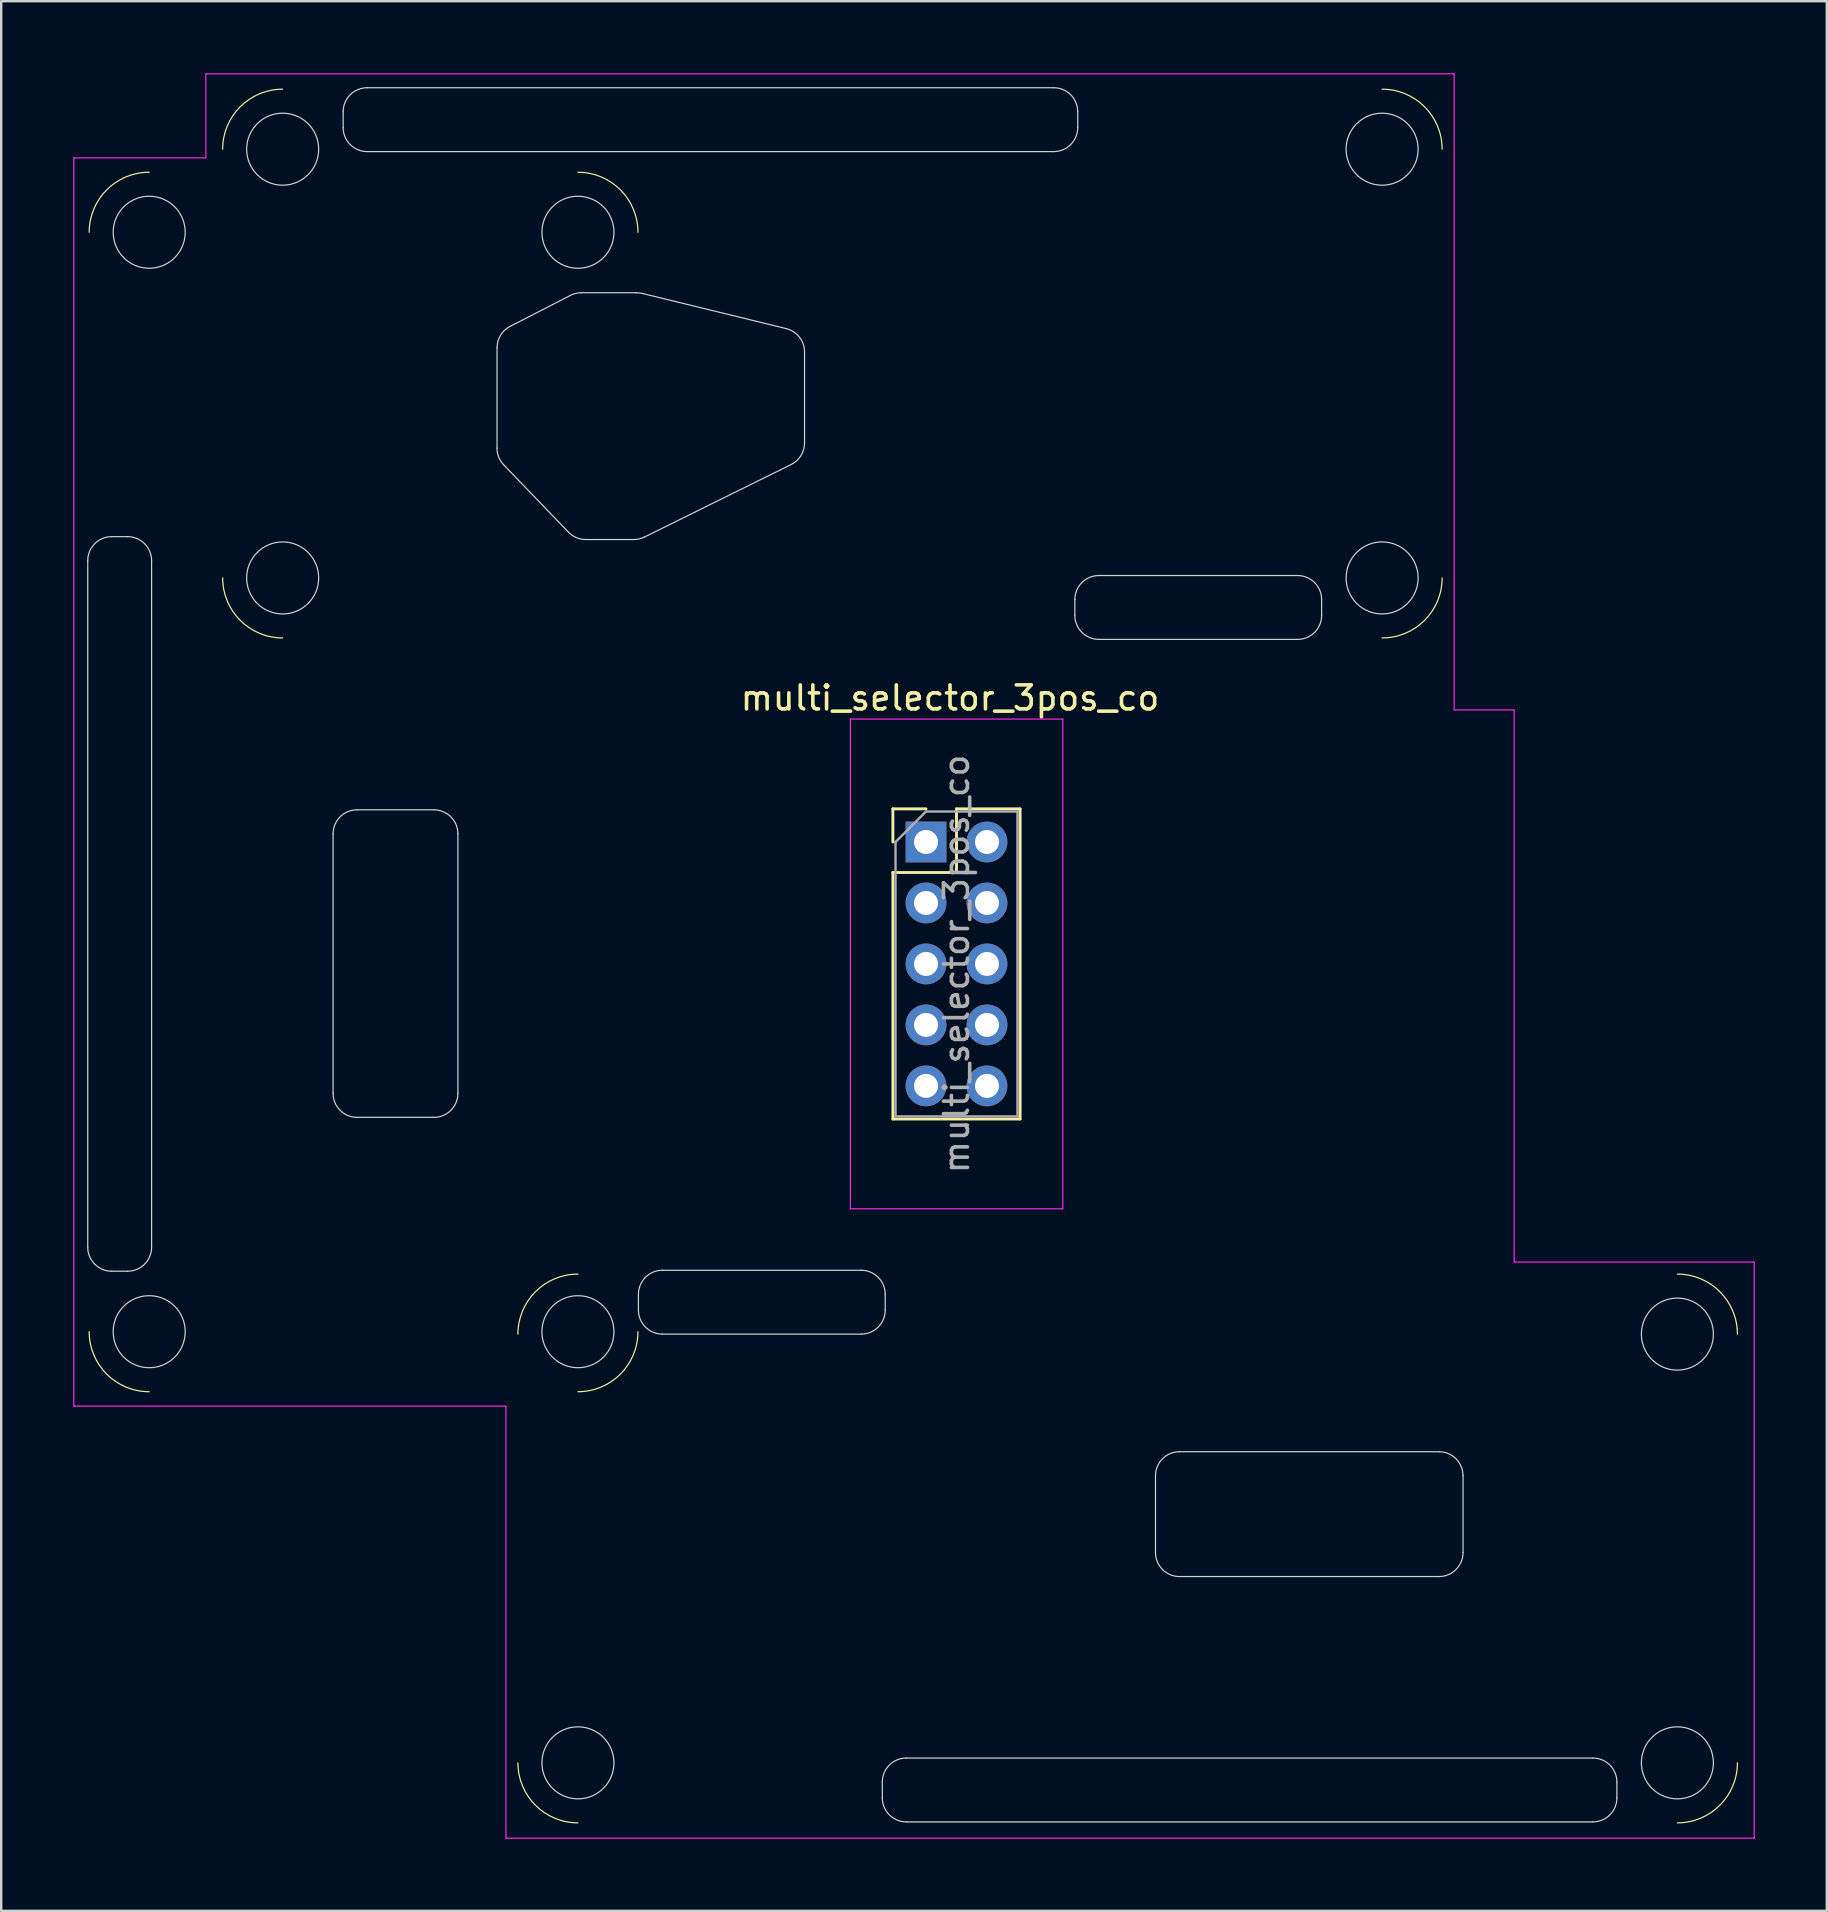
<source format=kicad_pcb>
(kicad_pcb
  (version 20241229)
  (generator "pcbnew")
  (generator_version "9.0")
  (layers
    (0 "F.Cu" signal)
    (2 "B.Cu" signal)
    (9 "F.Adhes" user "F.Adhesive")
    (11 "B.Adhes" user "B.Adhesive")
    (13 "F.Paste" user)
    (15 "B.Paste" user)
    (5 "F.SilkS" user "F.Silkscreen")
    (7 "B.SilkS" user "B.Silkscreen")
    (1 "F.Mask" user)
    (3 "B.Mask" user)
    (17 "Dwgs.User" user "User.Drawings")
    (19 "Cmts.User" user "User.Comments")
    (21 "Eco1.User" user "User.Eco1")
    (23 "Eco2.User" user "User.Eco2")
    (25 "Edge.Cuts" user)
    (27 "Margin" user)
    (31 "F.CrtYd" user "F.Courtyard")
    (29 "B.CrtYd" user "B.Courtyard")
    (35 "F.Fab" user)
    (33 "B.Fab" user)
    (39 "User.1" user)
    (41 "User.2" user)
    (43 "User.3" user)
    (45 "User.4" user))
  (footprint "multi_selector_3pos_co"
    (layer "F.Cu")
    (at 35.525 32.025)
    (property "Reference" "multi_selector_3pos_co" (at 1 -6 0) (layer "F.SilkS") (effects (font (size 1 1) (thickness 0.15))))
    (attr through_hole)
    (fp_line (start -1.38 -1.38) (end 0 -1.38) (stroke (width 0.12) (type solid)) (layer "F.SilkS"))
    (fp_line (start -1.38 0) (end -1.38 -1.38) (stroke (width 0.12) (type solid)) (layer "F.SilkS"))
    (fp_line (start -1.38 1.27) (end -1.38 11.54) (stroke (width 0.12) (type solid)) (layer "F.SilkS"))
    (fp_line (start -1.38 1.27) (end 1.27 1.27) (stroke (width 0.12) (type solid)) (layer "F.SilkS"))
    (fp_line (start -1.38 11.54) (end 3.92 11.54) (stroke (width 0.12) (type solid)) (layer "F.SilkS"))
    (fp_line (start 1.27 -1.38) (end 3.92 -1.38) (stroke (width 0.12) (type solid)) (layer "F.SilkS"))
    (fp_line (start 1.27 1.27) (end 1.27 -1.38) (stroke (width 0.12) (type solid)) (layer "F.SilkS"))
    (fp_line (start 3.92 -1.38) (end 3.92 11.54) (stroke (width 0.12) (type solid)) (layer "F.SilkS"))
    (fp_arc (start -34.86 -25.4) (mid -34.127767 -27.167767) (end -32.36 -27.9) (stroke (width 0.05) (type solid)) (layer "F.SilkS"))
    (fp_arc (start -32.36 22.9) (mid -34.127767 22.167767) (end -34.86 20.4) (stroke (width 0.05) (type solid)) (layer "F.SilkS"))
    (fp_arc (start -29.3 -28.86) (mid -28.567767 -30.627767) (end -26.8 -31.36) (stroke (width 0.05) (type solid)) (layer "F.SilkS"))
    (fp_arc (start -26.8 -8.5) (mid -28.567767 -9.232233) (end -29.3 -11) (stroke (width 0.05) (type solid)) (layer "F.SilkS"))
    (fp_arc (start -17 20.5) (mid -16.267767 18.732233) (end -14.5 18) (stroke (width 0.05) (type solid)) (layer "F.SilkS"))
    (fp_arc (start -14.5 -27.9) (mid -12.732233 -27.167767) (end -12 -25.4) (stroke (width 0.05) (type solid)) (layer "F.SilkS"))
    (fp_arc (start -14.5 40.86) (mid -16.267767 40.127767) (end -17 38.36) (stroke (width 0.05) (type solid)) (layer "F.SilkS"))
    (fp_arc (start -12 20.4) (mid -12.732233 22.167767) (end -14.5 22.9) (stroke (width 0.05) (type solid)) (layer "F.SilkS"))
    (fp_arc (start 19 -31.36) (mid 20.767767 -30.627767) (end 21.5 -28.86) (stroke (width 0.05) (type solid)) (layer "F.SilkS"))
    (fp_arc (start 21.5 -11) (mid 20.767767 -9.232233) (end 19 -8.5) (stroke (width 0.05) (type solid)) (layer "F.SilkS"))
    (fp_arc (start 31.3 18) (mid 33.067767 18.732233) (end 33.8 20.5) (stroke (width 0.05) (type solid)) (layer "F.SilkS"))
    (fp_arc (start 33.8 38.36) (mid 33.067767 40.127767) (end 31.3 40.86) (stroke (width 0.05) (type solid)) (layer "F.SilkS"))
    (fp_line (start -34.92 16.88) (end -34.92 -11.72) (stroke (width 0.05) (type default)) (layer "Edge.Cuts"))
    (fp_line (start -33.92 -12.72) (end -33.26 -12.72) (stroke (width 0.05) (type default)) (layer "Edge.Cuts"))
    (fp_line (start -33.26 17.88) (end -33.92 17.88) (stroke (width 0.05) (type default)) (layer "Edge.Cuts"))
    (fp_line (start -32.26 -11.72) (end -32.26 16.88) (stroke (width 0.05) (type default)) (layer "Edge.Cuts"))
    (fp_line (start -24.7 10.47) (end -24.7 -0.34) (stroke (width 0.05) (type default)) (layer "Edge.Cuts"))
    (fp_line (start -24.28 -29.76) (end -24.28 -30.42) (stroke (width 0.05) (type default)) (layer "Edge.Cuts"))
    (fp_line (start -23.7 -1.34) (end -20.5 -1.34) (stroke (width 0.05) (type default)) (layer "Edge.Cuts"))
    (fp_line (start -23.28 -31.42) (end 5.32 -31.42) (stroke (width 0.05) (type default)) (layer "Edge.Cuts"))
    (fp_line (start -20.5 11.47) (end -23.7 11.47) (stroke (width 0.05) (type default)) (layer "Edge.Cuts"))
    (fp_line (start -19.5 -0.34) (end -19.5 10.47) (stroke (width 0.05) (type default)) (layer "Edge.Cuts"))
    (fp_line (start -17.87 -16.403) (end -17.87 -20.59) (stroke (width 0.05) (type default)) (layer "Edge.Cuts"))
    (fp_line (start -17.591 -15.71) (end -14.895 -12.907) (stroke (width 0.05) (type default)) (layer "Edge.Cuts"))
    (fp_line (start -17.327 -21.479) (end -14.815 -22.769) (stroke (width 0.05) (type default)) (layer "Edge.Cuts"))
    (fp_line (start -14.358 -22.88) (end -12.06 -22.88) (stroke (width 0.05) (type default)) (layer "Edge.Cuts"))
    (fp_line (start -12.174 -12.6) (end -14.174 -12.6) (stroke (width 0.05) (type default)) (layer "Edge.Cuts"))
    (fp_line (start -11.98 19.5) (end -11.98 18.84) (stroke (width 0.05) (type default)) (layer "Edge.Cuts"))
    (fp_line (start -11.823 -22.851) (end -5.823 -21.386) (stroke (width 0.05) (type default)) (layer "Edge.Cuts"))
    (fp_line (start -10.98 17.84) (end -2.7 17.84) (stroke (width 0.05) (type default)) (layer "Edge.Cuts"))
    (fp_line (start -5.617 -15.725) (end -11.731 -12.703) (stroke (width 0.05) (type default)) (layer "Edge.Cuts"))
    (fp_line (start -5.06 -20.415) (end -5.06 -16.621) (stroke (width 0.05) (type default)) (layer "Edge.Cuts"))
    (fp_line (start -2.7 20.5) (end -10.98 20.5) (stroke (width 0.05) (type default)) (layer "Edge.Cuts"))
    (fp_line (start -1.82 39.82) (end -1.82 39.16) (stroke (width 0.05) (type default)) (layer "Edge.Cuts"))
    (fp_line (start -1.7 18.84) (end -1.7 19.5) (stroke (width 0.05) (type default)) (layer "Edge.Cuts"))
    (fp_line (start -0.82 38.16) (end 27.78 38.16) (stroke (width 0.05) (type default)) (layer "Edge.Cuts"))
    (fp_line (start 5.32 -28.76) (end -23.28 -28.76) (stroke (width 0.05) (type default)) (layer "Edge.Cuts"))
    (fp_line (start 6.2 -9.44) (end 6.2 -10.1) (stroke (width 0.05) (type default)) (layer "Edge.Cuts"))
    (fp_line (start 6.32 -30.42) (end 6.32 -29.76) (stroke (width 0.05) (type default)) (layer "Edge.Cuts"))
    (fp_line (start 7.2 -11.1) (end 15.48 -11.1) (stroke (width 0.05) (type default)) (layer "Edge.Cuts"))
    (fp_line (start 9.56 29.6) (end 9.56 26.4) (stroke (width 0.05) (type default)) (layer "Edge.Cuts"))
    (fp_line (start 10.56 25.4) (end 21.37 25.4) (stroke (width 0.05) (type default)) (layer "Edge.Cuts"))
    (fp_line (start 15.48 -8.44) (end 7.2 -8.44) (stroke (width 0.05) (type default)) (layer "Edge.Cuts"))
    (fp_line (start 16.48 -10.1) (end 16.48 -9.44) (stroke (width 0.05) (type default)) (layer "Edge.Cuts"))
    (fp_line (start 21.37 30.6) (end 10.56 30.6) (stroke (width 0.05) (type default)) (layer "Edge.Cuts"))
    (fp_line (start 22.37 26.4) (end 22.37 29.6) (stroke (width 0.05) (type default)) (layer "Edge.Cuts"))
    (fp_line (start 27.78 40.82) (end -0.82 40.82) (stroke (width 0.05) (type default)) (layer "Edge.Cuts"))
    (fp_line (start 28.78 39.16) (end 28.78 39.82) (stroke (width 0.05) (type default)) (layer "Edge.Cuts"))
    (fp_arc (start -34.92 -11.72) (mid -34.627107 -12.427107) (end -33.92 -12.72) (stroke (width 0.05) (type default)) (layer "Edge.Cuts"))
    (fp_arc (start -33.92 17.88) (mid -34.627107 17.587107) (end -34.92 16.88) (stroke (width 0.05) (type default)) (layer "Edge.Cuts"))
    (fp_arc (start -33.26 -12.72) (mid -32.552893 -12.427107) (end -32.26 -11.72) (stroke (width 0.05) (type default)) (layer "Edge.Cuts"))
    (fp_arc (start -32.26 16.88) (mid -32.552893 17.587107) (end -33.26 17.88) (stroke (width 0.05) (type default)) (layer "Edge.Cuts"))
    (fp_arc (start -24.7 -0.34) (mid -24.407107 -1.047107) (end -23.7 -1.34) (stroke (width 0.05) (type default)) (layer "Edge.Cuts"))
    (fp_arc (start -24.28 -30.42) (mid -23.987107 -31.127107) (end -23.28 -31.42) (stroke (width 0.05) (type default)) (layer "Edge.Cuts"))
    (fp_arc (start -23.7 11.47) (mid -24.407107 11.177107) (end -24.7 10.47) (stroke (width 0.05) (type default)) (layer "Edge.Cuts"))
    (fp_arc (start -23.28 -28.76) (mid -23.987107 -29.052893) (end -24.28 -29.76) (stroke (width 0.05) (type default)) (layer "Edge.Cuts"))
    (fp_arc (start -20.5 -1.34) (mid -19.792893 -1.047107) (end -19.5 -0.34) (stroke (width 0.05) (type default)) (layer "Edge.Cuts"))
    (fp_arc (start -19.5 10.47) (mid -19.792893 11.177107) (end -20.5 11.47) (stroke (width 0.05) (type default)) (layer "Edge.Cuts"))
    (fp_arc (start -17.87 -20.589506) (mid -17.723516 -21.110572) (end -17.326979 -21.478983) (stroke (width 0.05) (type default)) (layer "Edge.Cuts"))
    (fp_arc (start -17.590752 -15.70965) (mid -17.797565 -16.02918) (end -17.87 -16.402843) (stroke (width 0.05) (type default)) (layer "Edge.Cuts"))
    (fp_arc (start -14.815124 -22.769477) (mid -14.593222 -22.851976) (end -14.358145 -22.88) (stroke (width 0.05) (type default)) (layer "Edge.Cuts"))
    (fp_arc (start -14.174324 -12.6) (mid -14.565991 -12.679893) (end -14.895076 -12.906806) (stroke (width 0.05) (type default)) (layer "Edge.Cuts"))
    (fp_arc (start -12.060325 -22.88) (mid -11.940861 -22.872839) (end -11.823109 -22.851457) (stroke (width 0.05) (type default)) (layer "Edge.Cuts"))
    (fp_arc (start -11.98 18.84) (mid -11.687107 18.132893) (end -10.98 17.84) (stroke (width 0.05) (type default)) (layer "Edge.Cuts"))
    (fp_arc (start -11.730569 -12.703498) (mid -11.946124 -12.626218) (end -12.173608 -12.6) (stroke (width 0.05) (type default)) (layer "Edge.Cuts"))
    (fp_arc (start -10.98 20.5) (mid -11.687107 20.207107) (end -11.98 19.5) (stroke (width 0.05) (type default)) (layer "Edge.Cuts"))
    (fp_arc (start -5.822784 -21.386261) (mid -5.273484 -21.032373) (end -5.06 -20.414804) (stroke (width 0.05) (type default)) (layer "Edge.Cuts"))
    (fp_arc (start -5.06 -16.62126) (mid -5.210577 -16.093548) (end -5.616961 -15.724758) (stroke (width 0.05) (type default)) (layer "Edge.Cuts"))
    (fp_arc (start -2.7 17.84) (mid -1.992893 18.132893) (end -1.7 18.84) (stroke (width 0.05) (type default)) (layer "Edge.Cuts"))
    (fp_arc (start -1.82 39.16) (mid -1.527107 38.452893) (end -0.82 38.16) (stroke (width 0.05) (type default)) (layer "Edge.Cuts"))
    (fp_arc (start -1.7 19.5) (mid -1.992893 20.207107) (end -2.7 20.5) (stroke (width 0.05) (type default)) (layer "Edge.Cuts"))
    (fp_arc (start -0.82 40.82) (mid -1.527107 40.527107) (end -1.82 39.82) (stroke (width 0.05) (type default)) (layer "Edge.Cuts"))
    (fp_arc (start 5.32 -31.42) (mid 6.027107 -31.127107) (end 6.32 -30.42) (stroke (width 0.05) (type default)) (layer "Edge.Cuts"))
    (fp_arc (start 6.2 -10.1) (mid 6.492893 -10.807107) (end 7.2 -11.1) (stroke (width 0.05) (type default)) (layer "Edge.Cuts"))
    (fp_arc (start 6.32 -29.76) (mid 6.027107 -29.052893) (end 5.32 -28.76) (stroke (width 0.05) (type default)) (layer "Edge.Cuts"))
    (fp_arc (start 7.2 -8.44) (mid 6.492893 -8.732893) (end 6.2 -9.44) (stroke (width 0.05) (type default)) (layer "Edge.Cuts"))
    (fp_arc (start 9.56 26.4) (mid 9.852893 25.692893) (end 10.56 25.4) (stroke (width 0.05) (type default)) (layer "Edge.Cuts"))
    (fp_arc (start 10.56 30.6) (mid 9.852893 30.307107) (end 9.56 29.6) (stroke (width 0.05) (type default)) (layer "Edge.Cuts"))
    (fp_arc (start 15.48 -11.1) (mid 16.187107 -10.807107) (end 16.48 -10.1) (stroke (width 0.05) (type default)) (layer "Edge.Cuts"))
    (fp_arc (start 16.48 -9.44) (mid 16.187107 -8.732893) (end 15.48 -8.44) (stroke (width 0.05) (type default)) (layer "Edge.Cuts"))
    (fp_arc (start 21.37 25.4) (mid 22.077107 25.692893) (end 22.37 26.4) (stroke (width 0.05) (type default)) (layer "Edge.Cuts"))
    (fp_arc (start 22.37 29.6) (mid 22.077107 30.307107) (end 21.37 30.6) (stroke (width 0.05) (type default)) (layer "Edge.Cuts"))
    (fp_arc (start 27.78 38.16) (mid 28.487107 38.452893) (end 28.78 39.16) (stroke (width 0.05) (type default)) (layer "Edge.Cuts"))
    (fp_arc (start 28.78 39.82) (mid 28.487107 40.527107) (end 27.78 40.82) (stroke (width 0.05) (type default)) (layer "Edge.Cuts"))
    (fp_circle (center -32.36 -25.4) (end -30.86 -25.4) (stroke (width 0.05) (type solid)) (fill no) (layer "Edge.Cuts"))
    (fp_circle (center -32.36 20.4) (end -30.86 20.4) (stroke (width 0.05) (type solid)) (fill no) (layer "Edge.Cuts"))
    (fp_circle (center -26.8 -28.86) (end -26.8 -27.36) (stroke (width 0.05) (type solid)) (fill no) (layer "Edge.Cuts"))
    (fp_circle (center -26.8 -11) (end -26.8 -9.5) (stroke (width 0.05) (type solid)) (fill no) (layer "Edge.Cuts"))
    (fp_circle (center -14.5 -25.4) (end -13 -25.4) (stroke (width 0.05) (type solid)) (fill no) (layer "Edge.Cuts"))
    (fp_circle (center -14.5 20.4) (end -13 20.4) (stroke (width 0.05) (type solid)) (fill no) (layer "Edge.Cuts"))
    (fp_circle (center -14.5 38.36) (end -14.5 36.86) (stroke (width 0.05) (type solid)) (fill no) (layer "Edge.Cuts"))
    (fp_circle (center 19 -28.86) (end 19 -27.36) (stroke (width 0.05) (type solid)) (fill no) (layer "Edge.Cuts"))
    (fp_circle (center 19 -11) (end 19 -9.5) (stroke (width 0.05) (type solid)) (fill no) (layer "Edge.Cuts"))
    (fp_circle (center 31.3 20.5) (end 31.3 19) (stroke (width 0.05) (type solid)) (fill no) (layer "Edge.Cuts"))
    (fp_circle (center 31.3 38.36) (end 31.3 36.86) (stroke (width 0.05) (type solid)) (fill no) (layer "Edge.Cuts"))
    (fp_line (start -35.5 23.5) (end -35.5 -28.5) (stroke (width 0.05) (type default)) (layer "F.CrtYd"))
    (fp_line (start -35.5 23.5) (end -17.5 23.5) (stroke (width 0.05) (type default)) (layer "F.CrtYd"))
    (fp_line (start -30 -32) (end -30 -28.5) (stroke (width 0.05) (type default)) (layer "F.CrtYd"))
    (fp_line (start -30 -32) (end 22 -32) (stroke (width 0.05) (type default)) (layer "F.CrtYd"))
    (fp_line (start -30 -28.5) (end -35.5 -28.5) (stroke (width 0.05) (type default)) (layer "F.CrtYd"))
    (fp_line (start -17.5 23.5) (end -17.5 41.5) (stroke (width 0.05) (type default)) (layer "F.CrtYd"))
    (fp_line (start -17.5 41.5) (end 34.5 41.5) (stroke (width 0.05) (type default)) (layer "F.CrtYd"))
    (fp_line (start -3.15 -5.12) (end 5.7 -5.12) (stroke (width 0.05) (type solid)) (layer "F.CrtYd"))
    (fp_line (start -3.15 15.28) (end -3.15 -5.12) (stroke (width 0.05) (type solid)) (layer "F.CrtYd"))
    (fp_line (start -3.15 15.28) (end 5.7 15.28) (stroke (width 0.05) (type solid)) (layer "F.CrtYd"))
    (fp_line (start 5.7 15.28) (end 5.7 -5.12) (stroke (width 0.05) (type solid)) (layer "F.CrtYd"))
    (fp_line (start 22 -5.5) (end 22 -32) (stroke (width 0.05) (type default)) (layer "F.CrtYd"))
    (fp_line (start 24.5 -5.5) (end 22 -5.5) (stroke (width 0.05) (type default)) (layer "F.CrtYd"))
    (fp_line (start 24.5 17.5) (end 24.5 -5.5) (stroke (width 0.05) (type default)) (layer "F.CrtYd"))
    (fp_line (start 34.5 17.5) (end 24.5 17.5) (stroke (width 0.05) (type default)) (layer "F.CrtYd"))
    (fp_line (start 34.5 41.5) (end 34.5 17.5) (stroke (width 0.05) (type default)) (layer "F.CrtYd"))
    (fp_line (start -1.27 0) (end 0 -1.27) (stroke (width 0.1) (type solid)) (layer "F.Fab"))
    (fp_line (start -1.27 11.43) (end -1.27 0) (stroke (width 0.1) (type solid)) (layer "F.Fab"))
    (fp_line (start 0 -1.27) (end 3.81 -1.27) (stroke (width 0.1) (type solid)) (layer "F.Fab"))
    (fp_line (start 3.81 -1.27) (end 3.81 11.43) (stroke (width 0.1) (type solid)) (layer "F.Fab"))
    (fp_line (start 3.81 11.43) (end -1.27 11.43) (stroke (width 0.1) (type solid)) (layer "F.Fab"))
    (fp_text user "${REFERENCE}" (at 1.27 5.08 90) (layer "F.Fab") (effects (font (size 1 1) (thickness 0.15))))
    (pad "1" thru_hole rect (at 0 0) (size 1.7 1.7) (drill 1) (layers "*.Cu" "*.Mask"))
    (pad "2" thru_hole circle (at 2.54 0) (size 1.7 1.7) (drill 1) (layers "*.Cu" "*.Mask"))
    (pad "3" thru_hole circle (at 0 2.54) (size 1.7 1.7) (drill 1) (layers "*.Cu" "*.Mask"))
    (pad "4" thru_hole circle (at 2.54 2.54) (size 1.7 1.7) (drill 1) (layers "*.Cu" "*.Mask"))
    (pad "5" thru_hole circle (at 0 5.08) (size 1.7 1.7) (drill 1) (layers "*.Cu" "*.Mask"))
    (pad "6" thru_hole circle (at 2.54 5.08) (size 1.7 1.7) (drill 1) (layers "*.Cu" "*.Mask"))
    (pad "7" thru_hole circle (at 0 7.62) (size 1.7 1.7) (drill 1) (layers "*.Cu" "*.Mask"))
    (pad "8" thru_hole circle (at 2.54 7.62) (size 1.7 1.7) (drill 1) (layers "*.Cu" "*.Mask"))
    (pad "9" thru_hole circle (at 0 10.16) (size 1.7 1.7) (drill 1) (layers "*.Cu" "*.Mask"))
    (pad "10" thru_hole circle (at 2.54 10.16) (size 1.7 1.7) (drill 1) (layers "*.Cu" "*.Mask")))
  (gr_rect
    (start -3 -3)
    (end 73.05 76.55)
    (stroke (width 0.1) (type default))
    (fill no)
    (layer "Edge.Cuts")))
</source>
